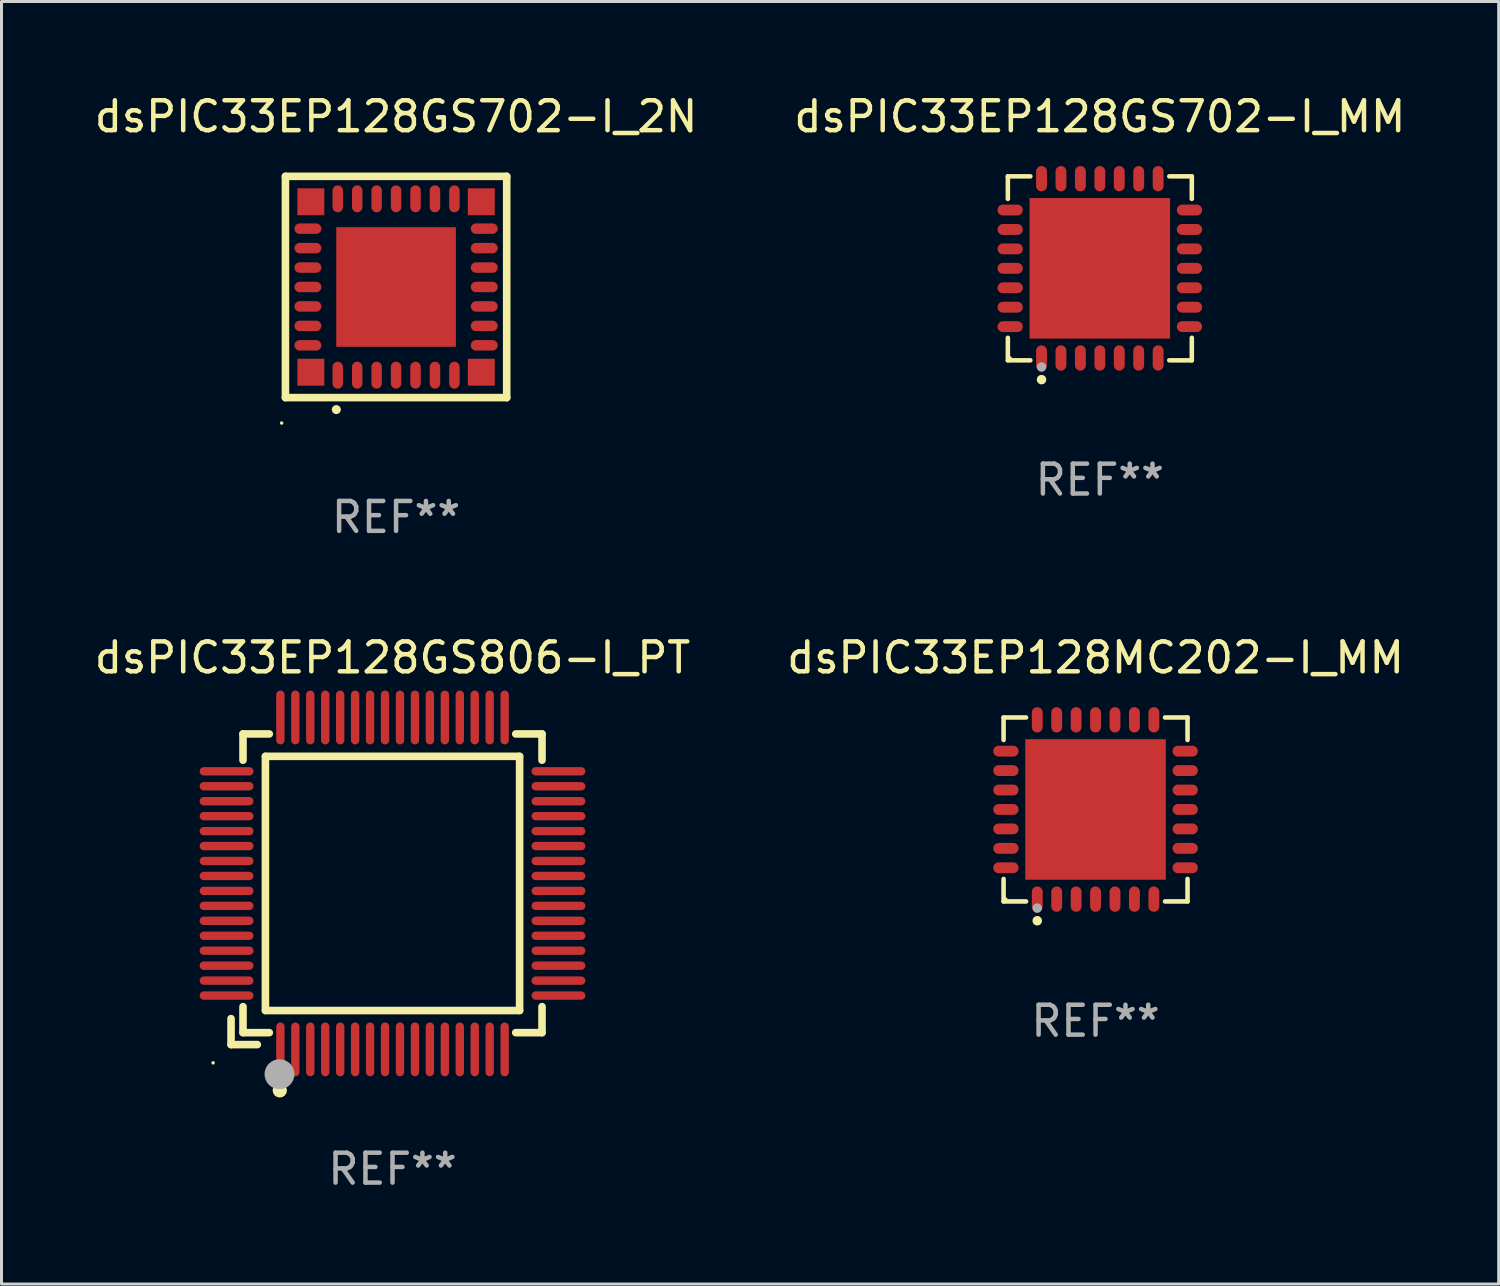
<source format=kicad_pcb>
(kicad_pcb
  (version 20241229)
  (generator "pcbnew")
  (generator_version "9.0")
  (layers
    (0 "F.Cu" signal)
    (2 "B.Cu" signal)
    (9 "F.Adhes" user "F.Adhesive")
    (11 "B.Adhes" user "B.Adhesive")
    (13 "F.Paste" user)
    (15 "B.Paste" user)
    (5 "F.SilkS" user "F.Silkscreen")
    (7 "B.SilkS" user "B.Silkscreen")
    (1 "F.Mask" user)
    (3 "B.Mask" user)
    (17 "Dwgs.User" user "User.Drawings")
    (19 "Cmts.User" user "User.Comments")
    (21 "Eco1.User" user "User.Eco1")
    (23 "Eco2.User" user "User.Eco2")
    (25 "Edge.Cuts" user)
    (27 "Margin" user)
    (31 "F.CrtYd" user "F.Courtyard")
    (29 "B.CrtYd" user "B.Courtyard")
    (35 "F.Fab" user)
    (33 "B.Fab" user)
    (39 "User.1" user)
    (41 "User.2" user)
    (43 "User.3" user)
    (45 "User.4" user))
  (footprint "dsPIC33EP128GS702-I_MM"
    (layer "F.Cu")
    (at 33.732 5.924)
    (property "Reference" "dsPIC33EP128GS702-I_MM" (at 0 -5.076 0) (layer "F.SilkS") (effects (font (size 1 1) (thickness 0.15))))
    (attr through_hole)
    (fp_line (start -3.076 -3.076) (end -2.323 -3.076) (stroke (width 0.152) (type solid)) (layer "F.SilkS"))
    (fp_line (start -3.076 -2.323) (end -3.076 -3.076) (stroke (width 0.152) (type solid)) (layer "F.SilkS"))
    (fp_line (start -3.076 2.323) (end -3.076 3.076) (stroke (width 0.152) (type solid)) (layer "F.SilkS"))
    (fp_line (start -3.076 3.076) (end -2.323 3.076) (stroke (width 0.152) (type solid)) (layer "F.SilkS"))
    (fp_line (start 3.076 -3.076) (end 2.323 -3.076) (stroke (width 0.152) (type solid)) (layer "F.SilkS"))
    (fp_line (start 3.076 -2.323) (end 3.076 -3.076) (stroke (width 0.152) (type solid)) (layer "F.SilkS"))
    (fp_line (start 3.076 2.323) (end 3.076 3.076) (stroke (width 0.152) (type solid)) (layer "F.SilkS"))
    (fp_line (start 3.076 3.076) (end 2.323 3.076) (stroke (width 0.152) (type solid)) (layer "F.SilkS"))
    (fp_circle (center -3 3) (end -2.97 3) (stroke (width 0.06) (type solid)) (fill no) (layer "F.SilkS"))
    (fp_circle (center -1.95 3.722) (end -1.87 3.722) (stroke (width 0.16) (type solid)) (fill no) (layer "F.SilkS"))
    (fp_circle (center -1.95 3.3) (end -1.87 3.3) (stroke (width 0.16) (type solid)) (fill no) (layer "F.Fab"))
    (fp_text user "REF**" (at 0 7.076 0) (layer "F.Fab") (effects (font (size 1 1) (thickness 0.15))))
    (pad "1" smd oval (at -1.95 2.998) (size 0.364 0.847) (layers "F.Cu" "F.Mask" "F.Paste"))
    (pad "2" smd oval (at -1.3 2.998) (size 0.364 0.847) (layers "F.Cu" "F.Mask" "F.Paste"))
    (pad "3" smd oval (at -0.65 2.998) (size 0.364 0.847) (layers "F.Cu" "F.Mask" "F.Paste"))
    (pad "4" smd oval (at 0 2.998) (size 0.364 0.847) (layers "F.Cu" "F.Mask" "F.Paste"))
    (pad "5" smd oval (at 0.65 2.998) (size 0.364 0.847) (layers "F.Cu" "F.Mask" "F.Paste"))
    (pad "6" smd oval (at 1.3 2.998) (size 0.364 0.847) (layers "F.Cu" "F.Mask" "F.Paste"))
    (pad "7" smd oval (at 1.95 2.998) (size 0.364 0.847) (layers "F.Cu" "F.Mask" "F.Paste"))
    (pad "8" smd oval (at 2.998 1.95) (size 0.847 0.364) (layers "F.Cu" "F.Mask" "F.Paste"))
    (pad "9" smd oval (at 2.998 1.3) (size 0.847 0.364) (layers "F.Cu" "F.Mask" "F.Paste"))
    (pad "10" smd oval (at 2.998 0.65) (size 0.847 0.364) (layers "F.Cu" "F.Mask" "F.Paste"))
    (pad "11" smd oval (at 2.998 0) (size 0.847 0.364) (layers "F.Cu" "F.Mask" "F.Paste"))
    (pad "12" smd oval (at 2.998 -0.65) (size 0.847 0.364) (layers "F.Cu" "F.Mask" "F.Paste"))
    (pad "13" smd oval (at 2.998 -1.3) (size 0.847 0.364) (layers "F.Cu" "F.Mask" "F.Paste"))
    (pad "14" smd oval (at 2.998 -1.95) (size 0.847 0.364) (layers "F.Cu" "F.Mask" "F.Paste"))
    (pad "15" smd oval (at 1.95 -2.998) (size 0.364 0.847) (layers "F.Cu" "F.Mask" "F.Paste"))
    (pad "16" smd oval (at 1.3 -2.998) (size 0.364 0.847) (layers "F.Cu" "F.Mask" "F.Paste"))
    (pad "17" smd oval (at 0.65 -2.998) (size 0.364 0.847) (layers "F.Cu" "F.Mask" "F.Paste"))
    (pad "18" smd oval (at 0 -2.998) (size 0.364 0.847) (layers "F.Cu" "F.Mask" "F.Paste"))
    (pad "19" smd oval (at -0.65 -2.998) (size 0.364 0.847) (layers "F.Cu" "F.Mask" "F.Paste"))
    (pad "20" smd oval (at -1.3 -2.998) (size 0.364 0.847) (layers "F.Cu" "F.Mask" "F.Paste"))
    (pad "21" smd oval (at -1.95 -2.998) (size 0.364 0.847) (layers "F.Cu" "F.Mask" "F.Paste"))
    (pad "22" smd oval (at -2.998 -1.95) (size 0.847 0.364) (layers "F.Cu" "F.Mask" "F.Paste"))
    (pad "23" smd oval (at -2.998 -1.3) (size 0.847 0.364) (layers "F.Cu" "F.Mask" "F.Paste"))
    (pad "24" smd oval (at -2.998 -0.65) (size 0.847 0.364) (layers "F.Cu" "F.Mask" "F.Paste"))
    (pad "25" smd oval (at -2.998 0) (size 0.847 0.364) (layers "F.Cu" "F.Mask" "F.Paste"))
    (pad "26" smd oval (at -2.998 0.65) (size 0.847 0.364) (layers "F.Cu" "F.Mask" "F.Paste"))
    (pad "27" smd oval (at -2.998 1.3) (size 0.847 0.364) (layers "F.Cu" "F.Mask" "F.Paste"))
    (pad "28" smd oval (at -2.998 1.95) (size 0.847 0.364) (layers "F.Cu" "F.Mask" "F.Paste"))
    (pad "29" smd rect (at 0 0) (size 4.7 4.7) (layers "F.Cu" "F.Mask" "F.Paste")))
  (footprint "dsPIC33EP128GS702-I_2N"
    (layer "F.Cu")
    (at 10.196 6.548)
    (property "Reference" "dsPIC33EP128GS702-I_2N" (at 0 -5.7 0) (layer "F.SilkS") (effects (font (size 1 1) (thickness 0.15))))
    (attr through_hole)
    (fp_line (start -3.7 -3.7) (end 3.7 -3.7) (stroke (width 0.254) (type solid)) (layer "F.SilkS"))
    (fp_line (start -3.7 3.7) (end -3.7 -3.7) (stroke (width 0.254) (type solid)) (layer "F.SilkS"))
    (fp_line (start 3.7 -3.7) (end 3.7 3.7) (stroke (width 0.254) (type solid)) (layer "F.SilkS"))
    (fp_line (start 3.7 3.7) (end -3.7 3.7) (stroke (width 0.254) (type solid)) (layer "F.SilkS"))
    (fp_arc (start -2 4.1) (mid -1.99873 4.099995) (end -1.99746 4.1) (stroke (width 0.3) (type solid)) (layer "F.SilkS"))
    (fp_circle (center -3.827 4.55) (end -3.797 4.55) (stroke (width 0.06) (type solid)) (fill no) (layer "F.SilkS"))
    (fp_text user "REF**" (at 0 7.7 0) (layer "F.Fab") (effects (font (size 1 1) (thickness 0.15))))
    (pad "1" smd oval (at -1.951 2.949 180) (size 0.35 0.9) (layers "F.Cu" "F.Mask" "F.Paste"))
    (pad "2" smd oval (at -1.3 2.949 180) (size 0.35 0.9) (layers "F.Cu" "F.Mask" "F.Paste"))
    (pad "3" smd oval (at -0.65 2.949 180) (size 0.35 0.9) (layers "F.Cu" "F.Mask" "F.Paste"))
    (pad "4" smd oval (at 0.000051 2.949 180) (size 0.35 0.9) (layers "F.Cu" "F.Mask" "F.Paste"))
    (pad "5" smd oval (at 0.65 2.949 180) (size 0.35 0.9) (layers "F.Cu" "F.Mask" "F.Paste"))
    (pad "6" smd oval (at 1.301 2.949 180) (size 0.35 0.9) (layers "F.Cu" "F.Mask" "F.Paste"))
    (pad "7" smd oval (at 1.951 2.949 180) (size 0.35 0.9) (layers "F.Cu" "F.Mask" "F.Paste"))
    (pad "8" smd oval (at 2.949 1.951 90) (size 0.35 0.9) (layers "F.Cu" "F.Mask" "F.Paste"))
    (pad "9" smd oval (at 2.949 1.301 90) (size 0.35 0.9) (layers "F.Cu" "F.Mask" "F.Paste"))
    (pad "10" smd oval (at 2.949 0.65 90) (size 0.35 0.9) (layers "F.Cu" "F.Mask" "F.Paste"))
    (pad "11" smd oval (at 2.949 0.000051 90) (size 0.35 0.9) (layers "F.Cu" "F.Mask" "F.Paste"))
    (pad "12" smd oval (at 2.949 -0.65 90) (size 0.35 0.9) (layers "F.Cu" "F.Mask" "F.Paste"))
    (pad "13" smd oval (at 2.949 -1.3 90) (size 0.35 0.9) (layers "F.Cu" "F.Mask" "F.Paste"))
    (pad "14" smd oval (at 2.949 -1.951 90) (size 0.35 0.9) (layers "F.Cu" "F.Mask" "F.Paste"))
    (pad "15" smd oval (at 1.951 -2.949 180) (size 0.35 0.9) (layers "F.Cu" "F.Mask" "F.Paste"))
    (pad "16" smd oval (at 1.301 -2.949 180) (size 0.35 0.9) (layers "F.Cu" "F.Mask" "F.Paste"))
    (pad "17" smd oval (at 0.65 -2.949 180) (size 0.35 0.9) (layers "F.Cu" "F.Mask" "F.Paste"))
    (pad "18" smd oval (at 0.000051 -2.949 180) (size 0.35 0.9) (layers "F.Cu" "F.Mask" "F.Paste"))
    (pad "19" smd oval (at -0.65 -2.949 180) (size 0.35 0.9) (layers "F.Cu" "F.Mask" "F.Paste"))
    (pad "20" smd oval (at -1.3 -2.949 180) (size 0.35 0.9) (layers "F.Cu" "F.Mask" "F.Paste"))
    (pad "21" smd oval (at -1.951 -2.949 180) (size 0.35 0.9) (layers "F.Cu" "F.Mask" "F.Paste"))
    (pad "22" smd oval (at -2.949 -1.951 90) (size 0.35 0.9) (layers "F.Cu" "F.Mask" "F.Paste"))
    (pad "23" smd oval (at -2.949 -1.3 90) (size 0.35 0.9) (layers "F.Cu" "F.Mask" "F.Paste"))
    (pad "24" smd oval (at -2.949 -0.65 90) (size 0.35 0.9) (layers "F.Cu" "F.Mask" "F.Paste"))
    (pad "25" smd oval (at -2.949 0.000051 90) (size 0.35 0.9) (layers "F.Cu" "F.Mask" "F.Paste"))
    (pad "26" smd oval (at -2.949 0.65 90) (size 0.35 0.9) (layers "F.Cu" "F.Mask" "F.Paste"))
    (pad "27" smd oval (at -2.949 1.301 90) (size 0.35 0.9) (layers "F.Cu" "F.Mask" "F.Paste"))
    (pad "28" smd oval (at -2.949 1.951 90) (size 0.35 0.9) (layers "F.Cu" "F.Mask" "F.Paste"))
    (pad "29" smd rect (at -2.85 -2.85 90) (size 0.9 0.9) (layers "F.Cu" "F.Mask" "F.Paste"))
    (pad "29" smd rect (at -2.85 2.85 90) (size 0.9 0.9) (layers "F.Cu" "F.Mask" "F.Paste"))
    (pad "29" smd rect (at 0.000051 0.000051 90) (size 4 4) (layers "F.Cu" "F.Mask" "F.Paste"))
    (pad "29" smd rect (at 2.85 -2.85 90) (size 0.9 0.9) (layers "F.Cu" "F.Mask" "F.Paste"))
    (pad "29" smd rect (at 2.85 2.85 90) (size 0.9 0.9) (layers "F.Cu" "F.Mask" "F.Paste")))
  (footprint "dsPIC33EP128MC202-I_MM"
    (layer "F.Cu")
    (at 33.589 24.021)
    (property "Reference" "dsPIC33EP128MC202-I_MM" (at 0 -5.076 0) (layer "F.SilkS") (effects (font (size 1 1) (thickness 0.15))))
    (attr through_hole)
    (fp_line (start -3.076 -3.076) (end -2.323 -3.076) (stroke (width 0.152) (type solid)) (layer "F.SilkS"))
    (fp_line (start -3.076 -2.323) (end -3.076 -3.076) (stroke (width 0.152) (type solid)) (layer "F.SilkS"))
    (fp_line (start -3.076 2.323) (end -3.076 3.076) (stroke (width 0.152) (type solid)) (layer "F.SilkS"))
    (fp_line (start -3.076 3.076) (end -2.323 3.076) (stroke (width 0.152) (type solid)) (layer "F.SilkS"))
    (fp_line (start 3.076 -3.076) (end 2.323 -3.076) (stroke (width 0.152) (type solid)) (layer "F.SilkS"))
    (fp_line (start 3.076 -2.323) (end 3.076 -3.076) (stroke (width 0.152) (type solid)) (layer "F.SilkS"))
    (fp_line (start 3.076 2.323) (end 3.076 3.076) (stroke (width 0.152) (type solid)) (layer "F.SilkS"))
    (fp_line (start 3.076 3.076) (end 2.323 3.076) (stroke (width 0.152) (type solid)) (layer "F.SilkS"))
    (fp_circle (center -3 3) (end -2.97 3) (stroke (width 0.06) (type solid)) (fill no) (layer "F.SilkS"))
    (fp_circle (center -1.95 3.722) (end -1.87 3.722) (stroke (width 0.16) (type solid)) (fill no) (layer "F.SilkS"))
    (fp_circle (center -1.95 3.3) (end -1.87 3.3) (stroke (width 0.16) (type solid)) (fill no) (layer "F.Fab"))
    (fp_text user "REF**" (at 0 7.076 0) (layer "F.Fab") (effects (font (size 1 1) (thickness 0.15))))
    (pad "1" smd oval (at -1.95 2.998) (size 0.364 0.847) (layers "F.Cu" "F.Mask" "F.Paste"))
    (pad "2" smd oval (at -1.3 2.998) (size 0.364 0.847) (layers "F.Cu" "F.Mask" "F.Paste"))
    (pad "3" smd oval (at -0.65 2.998) (size 0.364 0.847) (layers "F.Cu" "F.Mask" "F.Paste"))
    (pad "4" smd oval (at 0 2.998) (size 0.364 0.847) (layers "F.Cu" "F.Mask" "F.Paste"))
    (pad "5" smd oval (at 0.65 2.998) (size 0.364 0.847) (layers "F.Cu" "F.Mask" "F.Paste"))
    (pad "6" smd oval (at 1.3 2.998) (size 0.364 0.847) (layers "F.Cu" "F.Mask" "F.Paste"))
    (pad "7" smd oval (at 1.95 2.998) (size 0.364 0.847) (layers "F.Cu" "F.Mask" "F.Paste"))
    (pad "8" smd oval (at 2.998 1.95) (size 0.847 0.364) (layers "F.Cu" "F.Mask" "F.Paste"))
    (pad "9" smd oval (at 2.998 1.3) (size 0.847 0.364) (layers "F.Cu" "F.Mask" "F.Paste"))
    (pad "10" smd oval (at 2.998 0.65) (size 0.847 0.364) (layers "F.Cu" "F.Mask" "F.Paste"))
    (pad "11" smd oval (at 2.998 0) (size 0.847 0.364) (layers "F.Cu" "F.Mask" "F.Paste"))
    (pad "12" smd oval (at 2.998 -0.65) (size 0.847 0.364) (layers "F.Cu" "F.Mask" "F.Paste"))
    (pad "13" smd oval (at 2.998 -1.3) (size 0.847 0.364) (layers "F.Cu" "F.Mask" "F.Paste"))
    (pad "14" smd oval (at 2.998 -1.95) (size 0.847 0.364) (layers "F.Cu" "F.Mask" "F.Paste"))
    (pad "15" smd oval (at 1.95 -2.998) (size 0.364 0.847) (layers "F.Cu" "F.Mask" "F.Paste"))
    (pad "16" smd oval (at 1.3 -2.998) (size 0.364 0.847) (layers "F.Cu" "F.Mask" "F.Paste"))
    (pad "17" smd oval (at 0.65 -2.998) (size 0.364 0.847) (layers "F.Cu" "F.Mask" "F.Paste"))
    (pad "18" smd oval (at 0 -2.998) (size 0.364 0.847) (layers "F.Cu" "F.Mask" "F.Paste"))
    (pad "19" smd oval (at -0.65 -2.998) (size 0.364 0.847) (layers "F.Cu" "F.Mask" "F.Paste"))
    (pad "20" smd oval (at -1.3 -2.998) (size 0.364 0.847) (layers "F.Cu" "F.Mask" "F.Paste"))
    (pad "21" smd oval (at -1.95 -2.998) (size 0.364 0.847) (layers "F.Cu" "F.Mask" "F.Paste"))
    (pad "22" smd oval (at -2.998 -1.95) (size 0.847 0.364) (layers "F.Cu" "F.Mask" "F.Paste"))
    (pad "23" smd oval (at -2.998 -1.3) (size 0.847 0.364) (layers "F.Cu" "F.Mask" "F.Paste"))
    (pad "24" smd oval (at -2.998 -0.65) (size 0.847 0.364) (layers "F.Cu" "F.Mask" "F.Paste"))
    (pad "25" smd oval (at -2.998 0) (size 0.847 0.364) (layers "F.Cu" "F.Mask" "F.Paste"))
    (pad "26" smd oval (at -2.998 0.65) (size 0.847 0.364) (layers "F.Cu" "F.Mask" "F.Paste"))
    (pad "27" smd oval (at -2.998 1.3) (size 0.847 0.364) (layers "F.Cu" "F.Mask" "F.Paste"))
    (pad "28" smd oval (at -2.998 1.95) (size 0.847 0.364) (layers "F.Cu" "F.Mask" "F.Paste"))
    (pad "29" smd rect (at 0 0) (size 4.7 4.7) (layers "F.Cu" "F.Mask" "F.Paste")))
  (footprint "dsPIC33EP128GS806-I_PT"
    (layer "F.Cu")
    (at 10.077 26.495)
    (property "Reference" "dsPIC33EP128GS806-I_PT" (at 0 -7.55 0) (layer "F.SilkS") (effects (font (size 1 1) (thickness 0.15))))
    (attr through_hole)
    (fp_line (start -5.4 4.521) (end -5.4 5.39) (stroke (width 0.254) (type solid)) (layer "F.SilkS"))
    (fp_line (start -5.4 5.39) (end -4.521 5.39) (stroke (width 0.254) (type solid)) (layer "F.SilkS"))
    (fp_line (start -5 -5) (end -5 -4.121) (stroke (width 0.254) (type solid)) (layer "F.SilkS"))
    (fp_line (start -5 4.121) (end -5 4.99) (stroke (width 0.254) (type solid)) (layer "F.SilkS"))
    (fp_line (start -5 4.99) (end -4.121 4.99) (stroke (width 0.254) (type solid)) (layer "F.SilkS"))
    (fp_line (start -4.25 -4.25) (end -4.25 4.25) (stroke (width 0.254) (type solid)) (layer "F.SilkS"))
    (fp_line (start -4.25 4.25) (end 4.25 4.25) (stroke (width 0.254) (type solid)) (layer "F.SilkS"))
    (fp_line (start -4.121 -5) (end -5 -5) (stroke (width 0.254) (type solid)) (layer "F.SilkS"))
    (fp_line (start 4.121 4.99) (end 5 4.99) (stroke (width 0.254) (type solid)) (layer "F.SilkS"))
    (fp_line (start 4.25 -4.25) (end -4.25 -4.25) (stroke (width 0.254) (type solid)) (layer "F.SilkS"))
    (fp_line (start 4.25 4.25) (end 4.25 -4.25) (stroke (width 0.254) (type solid)) (layer "F.SilkS"))
    (fp_line (start 5 -5) (end 4.121 -5) (stroke (width 0.254) (type solid)) (layer "F.SilkS"))
    (fp_line (start 5 -4.121) (end 5 -5) (stroke (width 0.254) (type solid)) (layer "F.SilkS"))
    (fp_line (start 5 4.99) (end 5 4.121) (stroke (width 0.254) (type solid)) (layer "F.SilkS"))
    (fp_circle (center -6 6) (end -5.97 6) (stroke (width 0.06) (type solid)) (fill no) (layer "F.SilkS"))
    (fp_circle (center -3.77 6.92) (end -3.65 6.92) (stroke (width 0.24) (type solid)) (fill no) (layer "F.SilkS"))
    (fp_circle (center -3.78 6.38) (end -3.53 6.38) (stroke (width 0.5) (type solid)) (fill no) (layer "F.Fab"))
    (fp_text user "REF**" (at 0 9.55 0) (layer "F.Fab") (effects (font (size 1 1) (thickness 0.15))))
    (pad "1" smd oval (at -3.75 5.55) (size 0.28 1.8) (layers "F.Cu" "F.Mask" "F.Paste"))
    (pad "2" smd oval (at -3.25 5.55) (size 0.28 1.8) (layers "F.Cu" "F.Mask" "F.Paste"))
    (pad "3" smd oval (at -2.75 5.55) (size 0.28 1.8) (layers "F.Cu" "F.Mask" "F.Paste"))
    (pad "4" smd oval (at -2.25 5.55) (size 0.28 1.8) (layers "F.Cu" "F.Mask" "F.Paste"))
    (pad "5" smd oval (at -1.75 5.55) (size 0.28 1.8) (layers "F.Cu" "F.Mask" "F.Paste"))
    (pad "6" smd oval (at -1.25 5.55) (size 0.28 1.8) (layers "F.Cu" "F.Mask" "F.Paste"))
    (pad "7" smd oval (at -0.75 5.55) (size 0.28 1.8) (layers "F.Cu" "F.Mask" "F.Paste"))
    (pad "8" smd oval (at -0.25 5.55) (size 0.28 1.8) (layers "F.Cu" "F.Mask" "F.Paste"))
    (pad "9" smd oval (at 0.25 5.55) (size 0.28 1.8) (layers "F.Cu" "F.Mask" "F.Paste"))
    (pad "10" smd oval (at 0.75 5.55) (size 0.28 1.8) (layers "F.Cu" "F.Mask" "F.Paste"))
    (pad "11" smd oval (at 1.25 5.55) (size 0.28 1.8) (layers "F.Cu" "F.Mask" "F.Paste"))
    (pad "12" smd oval (at 1.75 5.55) (size 0.28 1.8) (layers "F.Cu" "F.Mask" "F.Paste"))
    (pad "13" smd oval (at 2.25 5.55) (size 0.28 1.8) (layers "F.Cu" "F.Mask" "F.Paste"))
    (pad "14" smd oval (at 2.75 5.55) (size 0.28 1.8) (layers "F.Cu" "F.Mask" "F.Paste"))
    (pad "15" smd oval (at 3.25 5.55) (size 0.28 1.8) (layers "F.Cu" "F.Mask" "F.Paste"))
    (pad "16" smd oval (at 3.75 5.55) (size 0.28 1.8) (layers "F.Cu" "F.Mask" "F.Paste"))
    (pad "17" smd oval (at 5.55 3.75) (size 1.8 0.28) (layers "F.Cu" "F.Mask" "F.Paste"))
    (pad "18" smd oval (at 5.55 3.25) (size 1.8 0.28) (layers "F.Cu" "F.Mask" "F.Paste"))
    (pad "19" smd oval (at 5.55 2.75) (size 1.8 0.28) (layers "F.Cu" "F.Mask" "F.Paste"))
    (pad "20" smd oval (at 5.55 2.25) (size 1.8 0.28) (layers "F.Cu" "F.Mask" "F.Paste"))
    (pad "21" smd oval (at 5.55 1.75) (size 1.8 0.28) (layers "F.Cu" "F.Mask" "F.Paste"))
    (pad "22" smd oval (at 5.55 1.25) (size 1.8 0.28) (layers "F.Cu" "F.Mask" "F.Paste"))
    (pad "23" smd oval (at 5.55 0.75) (size 1.8 0.28) (layers "F.Cu" "F.Mask" "F.Paste"))
    (pad "24" smd oval (at 5.55 0.25) (size 1.8 0.28) (layers "F.Cu" "F.Mask" "F.Paste"))
    (pad "25" smd oval (at 5.55 -0.25) (size 1.8 0.28) (layers "F.Cu" "F.Mask" "F.Paste"))
    (pad "26" smd oval (at 5.55 -0.75) (size 1.8 0.28) (layers "F.Cu" "F.Mask" "F.Paste"))
    (pad "27" smd oval (at 5.55 -1.25) (size 1.8 0.28) (layers "F.Cu" "F.Mask" "F.Paste"))
    (pad "28" smd oval (at 5.55 -1.75) (size 1.8 0.28) (layers "F.Cu" "F.Mask" "F.Paste"))
    (pad "29" smd oval (at 5.55 -2.25) (size 1.8 0.28) (layers "F.Cu" "F.Mask" "F.Paste"))
    (pad "30" smd oval (at 5.55 -2.75) (size 1.8 0.28) (layers "F.Cu" "F.Mask" "F.Paste"))
    (pad "31" smd oval (at 5.55 -3.25) (size 1.8 0.28) (layers "F.Cu" "F.Mask" "F.Paste"))
    (pad "32" smd oval (at 5.55 -3.75) (size 1.8 0.28) (layers "F.Cu" "F.Mask" "F.Paste"))
    (pad "33" smd oval (at 3.75 -5.55) (size 0.28 1.8) (layers "F.Cu" "F.Mask" "F.Paste"))
    (pad "34" smd oval (at 3.25 -5.55) (size 0.28 1.8) (layers "F.Cu" "F.Mask" "F.Paste"))
    (pad "35" smd oval (at 2.75 -5.55) (size 0.28 1.8) (layers "F.Cu" "F.Mask" "F.Paste"))
    (pad "36" smd oval (at 2.25 -5.55) (size 0.28 1.8) (layers "F.Cu" "F.Mask" "F.Paste"))
    (pad "37" smd oval (at 1.75 -5.55) (size 0.28 1.8) (layers "F.Cu" "F.Mask" "F.Paste"))
    (pad "38" smd oval (at 1.25 -5.55) (size 0.28 1.8) (layers "F.Cu" "F.Mask" "F.Paste"))
    (pad "39" smd oval (at 0.75 -5.55) (size 0.28 1.8) (layers "F.Cu" "F.Mask" "F.Paste"))
    (pad "40" smd oval (at 0.25 -5.55) (size 0.28 1.8) (layers "F.Cu" "F.Mask" "F.Paste"))
    (pad "41" smd oval (at -0.25 -5.55) (size 0.28 1.8) (layers "F.Cu" "F.Mask" "F.Paste"))
    (pad "42" smd oval (at -0.75 -5.55) (size 0.28 1.8) (layers "F.Cu" "F.Mask" "F.Paste"))
    (pad "43" smd oval (at -1.25 -5.55) (size 0.28 1.8) (layers "F.Cu" "F.Mask" "F.Paste"))
    (pad "44" smd oval (at -1.75 -5.55) (size 0.28 1.8) (layers "F.Cu" "F.Mask" "F.Paste"))
    (pad "45" smd oval (at -2.25 -5.55) (size 0.28 1.8) (layers "F.Cu" "F.Mask" "F.Paste"))
    (pad "46" smd oval (at -2.75 -5.55) (size 0.28 1.8) (layers "F.Cu" "F.Mask" "F.Paste"))
    (pad "47" smd oval (at -3.25 -5.55) (size 0.28 1.8) (layers "F.Cu" "F.Mask" "F.Paste"))
    (pad "48" smd oval (at -3.75 -5.55) (size 0.28 1.8) (layers "F.Cu" "F.Mask" "F.Paste"))
    (pad "49" smd oval (at -5.55 -3.75) (size 1.8 0.28) (layers "F.Cu" "F.Mask" "F.Paste"))
    (pad "50" smd oval (at -5.55 -3.25) (size 1.8 0.28) (layers "F.Cu" "F.Mask" "F.Paste"))
    (pad "51" smd oval (at -5.55 -2.75) (size 1.8 0.28) (layers "F.Cu" "F.Mask" "F.Paste"))
    (pad "52" smd oval (at -5.55 -2.25) (size 1.8 0.28) (layers "F.Cu" "F.Mask" "F.Paste"))
    (pad "53" smd oval (at -5.55 -1.75) (size 1.8 0.28) (layers "F.Cu" "F.Mask" "F.Paste"))
    (pad "54" smd oval (at -5.55 -1.25) (size 1.8 0.28) (layers "F.Cu" "F.Mask" "F.Paste"))
    (pad "55" smd oval (at -5.55 -0.75) (size 1.8 0.28) (layers "F.Cu" "F.Mask" "F.Paste"))
    (pad "56" smd oval (at -5.55 -0.25) (size 1.8 0.28) (layers "F.Cu" "F.Mask" "F.Paste"))
    (pad "57" smd oval (at -5.55 0.25) (size 1.8 0.28) (layers "F.Cu" "F.Mask" "F.Paste"))
    (pad "58" smd oval (at -5.55 0.75) (size 1.8 0.28) (layers "F.Cu" "F.Mask" "F.Paste"))
    (pad "59" smd oval (at -5.55 1.25) (size 1.8 0.28) (layers "F.Cu" "F.Mask" "F.Paste"))
    (pad "60" smd oval (at -5.55 1.75) (size 1.8 0.28) (layers "F.Cu" "F.Mask" "F.Paste"))
    (pad "61" smd oval (at -5.55 2.25) (size 1.8 0.28) (layers "F.Cu" "F.Mask" "F.Paste"))
    (pad "62" smd oval (at -5.55 2.75) (size 1.8 0.28) (layers "F.Cu" "F.Mask" "F.Paste"))
    (pad "63" smd oval (at -5.55 3.25) (size 1.8 0.28) (layers "F.Cu" "F.Mask" "F.Paste"))
    (pad "64" smd oval (at -5.55 3.75) (size 1.8 0.28) (layers "F.Cu" "F.Mask" "F.Paste")))
  (gr_rect
    (start -3 -3)
    (end 47.071 39.893)
    (stroke (width 0.1) (type default))
    (fill no)
    (layer "Edge.Cuts")))
</source>
